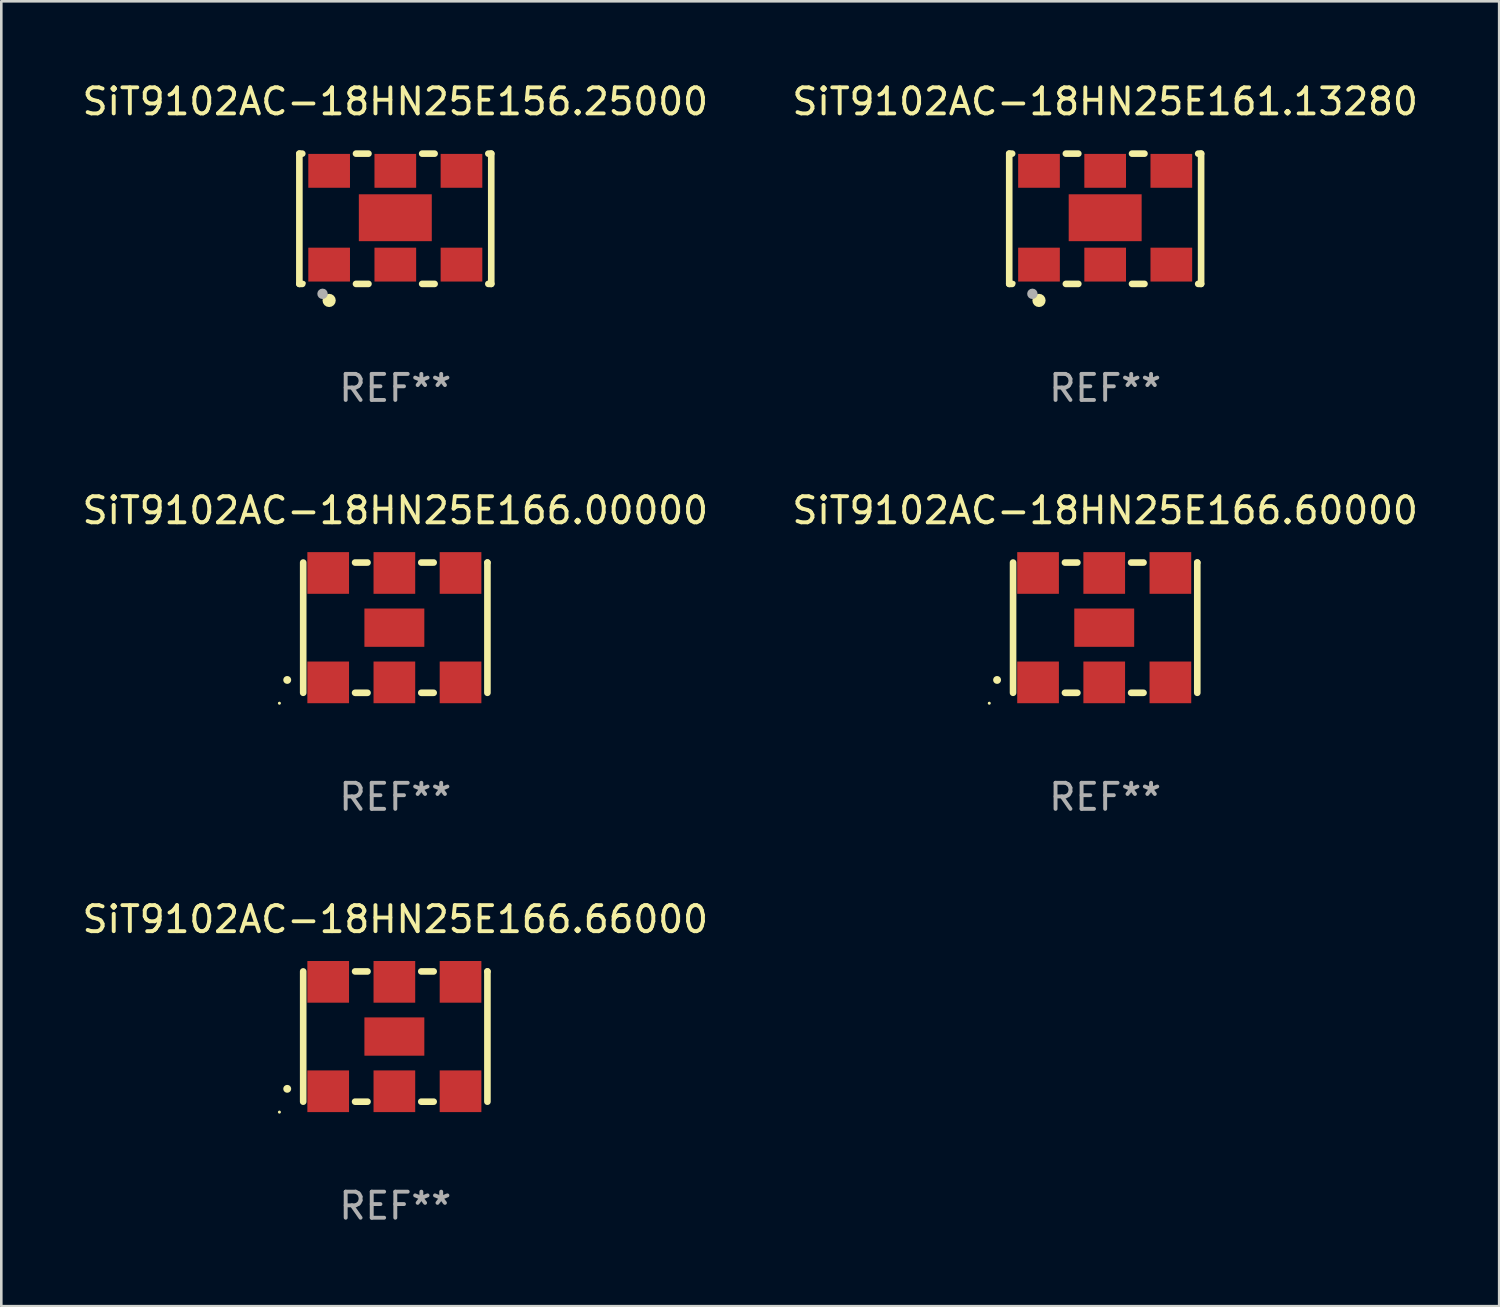
<source format=kicad_pcb>
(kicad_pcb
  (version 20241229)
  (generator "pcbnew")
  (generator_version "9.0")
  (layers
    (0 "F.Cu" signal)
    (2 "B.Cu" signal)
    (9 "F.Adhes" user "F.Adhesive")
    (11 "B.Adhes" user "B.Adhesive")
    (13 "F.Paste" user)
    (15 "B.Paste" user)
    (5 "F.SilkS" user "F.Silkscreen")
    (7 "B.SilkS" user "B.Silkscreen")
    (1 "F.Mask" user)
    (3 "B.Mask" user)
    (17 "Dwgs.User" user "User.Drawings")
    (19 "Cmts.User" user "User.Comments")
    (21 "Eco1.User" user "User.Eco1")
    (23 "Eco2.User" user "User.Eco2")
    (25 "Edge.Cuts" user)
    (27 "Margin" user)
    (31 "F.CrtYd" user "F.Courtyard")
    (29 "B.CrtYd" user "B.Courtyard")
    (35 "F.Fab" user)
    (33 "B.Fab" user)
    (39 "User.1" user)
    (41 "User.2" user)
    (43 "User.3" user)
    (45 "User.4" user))
  (footprint "SiT9102AC-18HN25E166.00000"
    (layer "F.Cu")
    (at 12.125 21.045)
    (property "Reference" "SiT9102AC-18HN25E166.00000" (at 0 -4.5 0) (layer "F.SilkS") (effects (font (size 1 1) (thickness 0.15))))
    (attr through_hole)
    (fp_line (start -3.536 -2.5) (end -3.536 2.5) (stroke (width 0.254) (type solid)) (layer "F.SilkS"))
    (fp_line (start -1.544 2.5) (end -1.067 2.5) (stroke (width 0.254) (type solid)) (layer "F.SilkS"))
    (fp_line (start -1.067 -2.5) (end -1.544 -2.5) (stroke (width 0.254) (type solid)) (layer "F.SilkS"))
    (fp_line (start 0.996 2.5) (end 1.473 2.5) (stroke (width 0.254) (type solid)) (layer "F.SilkS"))
    (fp_line (start 1.473 -2.5) (end 0.996 -2.5) (stroke (width 0.254) (type solid)) (layer "F.SilkS"))
    (fp_line (start 3.536 -2.5) (end 3.536 -2.5) (stroke (width 0.254) (type solid)) (layer "F.SilkS"))
    (fp_line (start 3.536 2.5) (end 3.536 -2.5) (stroke (width 0.254) (type solid)) (layer "F.SilkS"))
    (fp_arc (start -4.150432 2.006604) (mid -4.149162 2.006599) (end -4.147892 2.006604) (stroke (width 0.3) (type solid)) (layer "F.SilkS"))
    (fp_circle (center -4.449 2.9) (end -4.419 2.9) (stroke (width 0.06) (type solid)) (fill no) (layer "F.SilkS"))
    (fp_text user "REF**" (at 0 6.5 0) (layer "F.Fab") (effects (font (size 1 1) (thickness 0.15))))
    (pad "1" smd rect (at -2.576 2.1) (size 1.6 1.6) (layers "F.Cu" "F.Mask" "F.Paste"))
    (pad "2" smd rect (at -0.036 2.1) (size 1.6 1.6) (layers "F.Cu" "F.Mask" "F.Paste"))
    (pad "3" smd rect (at 2.504 2.1) (size 1.6 1.6) (layers "F.Cu" "F.Mask" "F.Paste"))
    (pad "4" smd rect (at 2.504 -2.1) (size 1.6 1.6) (layers "F.Cu" "F.Mask" "F.Paste"))
    (pad "5" smd rect (at -0.036 -2.1) (size 1.6 1.6) (layers "F.Cu" "F.Mask" "F.Paste"))
    (pad "6" smd rect (at -2.576 -2.1) (size 1.6 1.6) (layers "F.Cu" "F.Mask" "F.Paste"))
    (pad "7" smd rect (at -0.036 0) (size 2.3 1.47) (layers "F.Cu" "F.Mask" "F.Paste")))
  (footprint "SiT9102AC-18HN25E166.60000"
    (layer "F.Cu")
    (at 39.375 21.045)
    (property "Reference" "SiT9102AC-18HN25E166.60000" (at 0 -4.5 0) (layer "F.SilkS") (effects (font (size 1 1) (thickness 0.15))))
    (attr through_hole)
    (fp_line (start -3.536 -2.5) (end -3.536 2.5) (stroke (width 0.254) (type solid)) (layer "F.SilkS"))
    (fp_line (start -1.544 2.5) (end -1.067 2.5) (stroke (width 0.254) (type solid)) (layer "F.SilkS"))
    (fp_line (start -1.067 -2.5) (end -1.544 -2.5) (stroke (width 0.254) (type solid)) (layer "F.SilkS"))
    (fp_line (start 0.996 2.5) (end 1.473 2.5) (stroke (width 0.254) (type solid)) (layer "F.SilkS"))
    (fp_line (start 1.473 -2.5) (end 0.996 -2.5) (stroke (width 0.254) (type solid)) (layer "F.SilkS"))
    (fp_line (start 3.536 -2.5) (end 3.536 -2.5) (stroke (width 0.254) (type solid)) (layer "F.SilkS"))
    (fp_line (start 3.536 2.5) (end 3.536 -2.5) (stroke (width 0.254) (type solid)) (layer "F.SilkS"))
    (fp_arc (start -4.150432 2.006604) (mid -4.149162 2.006599) (end -4.147892 2.006604) (stroke (width 0.3) (type solid)) (layer "F.SilkS"))
    (fp_circle (center -4.449 2.9) (end -4.419 2.9) (stroke (width 0.06) (type solid)) (fill no) (layer "F.SilkS"))
    (fp_text user "REF**" (at 0 6.5 0) (layer "F.Fab") (effects (font (size 1 1) (thickness 0.15))))
    (pad "1" smd rect (at -2.576 2.1) (size 1.6 1.6) (layers "F.Cu" "F.Mask" "F.Paste"))
    (pad "2" smd rect (at -0.036 2.1) (size 1.6 1.6) (layers "F.Cu" "F.Mask" "F.Paste"))
    (pad "3" smd rect (at 2.504 2.1) (size 1.6 1.6) (layers "F.Cu" "F.Mask" "F.Paste"))
    (pad "4" smd rect (at 2.504 -2.1) (size 1.6 1.6) (layers "F.Cu" "F.Mask" "F.Paste"))
    (pad "5" smd rect (at -0.036 -2.1) (size 1.6 1.6) (layers "F.Cu" "F.Mask" "F.Paste"))
    (pad "6" smd rect (at -2.576 -2.1) (size 1.6 1.6) (layers "F.Cu" "F.Mask" "F.Paste"))
    (pad "7" smd rect (at -0.036 0) (size 2.3 1.47) (layers "F.Cu" "F.Mask" "F.Paste")))
  (footprint "SiT9102AC-18HN25E156.25000"
    (layer "F.Cu")
    (at 12.125 5.348)
    (property "Reference" "SiT9102AC-18HN25E156.25000" (at 0 -4.5 0) (layer "F.SilkS") (effects (font (size 1 1) (thickness 0.15))))
    (attr through_hole)
    (fp_line (start -3.683 -2.5) (end -3.571 -2.5) (stroke (width 0.254) (type solid)) (layer "F.SilkS"))
    (fp_line (start -3.683 2.5) (end -3.683 -2.5) (stroke (width 0.254) (type solid)) (layer "F.SilkS"))
    (fp_line (start -3.683 2.5) (end -3.571 2.5) (stroke (width 0.254) (type solid)) (layer "F.SilkS"))
    (fp_line (start -1.509 -2.5) (end -1.031 -2.5) (stroke (width 0.254) (type solid)) (layer "F.SilkS"))
    (fp_line (start -1.509 2.5) (end -1.031 2.5) (stroke (width 0.254) (type solid)) (layer "F.SilkS"))
    (fp_line (start 1.031 -2.5) (end 1.509 -2.5) (stroke (width 0.254) (type solid)) (layer "F.SilkS"))
    (fp_line (start 1.031 2.5) (end 1.509 2.5) (stroke (width 0.254) (type solid)) (layer "F.SilkS"))
    (fp_line (start 3.571 -2.5) (end 3.683 -2.5) (stroke (width 0.254) (type solid)) (layer "F.SilkS"))
    (fp_line (start 3.571 2.5) (end 3.683 2.5) (stroke (width 0.254) (type solid)) (layer "F.SilkS"))
    (fp_line (start 3.683 2.5) (end 3.683 -2.5) (stroke (width 0.254) (type solid)) (layer "F.SilkS"))
    (fp_circle (center -3.5 2.46) (end -3.47 2.46) (stroke (width 0.06) (type solid)) (fill no) (layer "F.SilkS"))
    (fp_circle (center -2.54 3.135) (end -2.413 3.135) (stroke (width 0.254) (type solid)) (fill no) (layer "F.SilkS"))
    (fp_circle (center -2.794 2.881) (end -2.694 2.881) (stroke (width 0.2) (type solid)) (fill no) (layer "F.Fab"))
    (fp_text user "REF**" (at 0 6.5 0) (layer "F.Fab") (effects (font (size 1 1) (thickness 0.15))))
    (pad "1" smd rect (at -2.54 1.76) (size 1.6 1.3) (layers "F.Cu" "F.Mask" "F.Paste"))
    (pad "2" smd rect (at 0 1.76) (size 1.6 1.3) (layers "F.Cu" "F.Mask" "F.Paste"))
    (pad "3" smd rect (at 2.54 1.76) (size 1.6 1.3) (layers "F.Cu" "F.Mask" "F.Paste"))
    (pad "4" smd rect (at 2.54 -1.84) (size 1.6 1.3) (layers "F.Cu" "F.Mask" "F.Paste"))
    (pad "5" smd rect (at 0 -1.84) (size 1.6 1.3) (layers "F.Cu" "F.Mask" "F.Paste"))
    (pad "6" smd rect (at -2.54 -1.84) (size 1.6 1.3) (layers "F.Cu" "F.Mask" "F.Paste"))
    (pad "7" smd rect (at 0 -0.04) (size 2.8 1.8) (layers "F.Cu" "F.Mask" "F.Paste")))
  (footprint "SiT9102AC-18HN25E161.13280"
    (layer "F.Cu")
    (at 39.375 5.348)
    (property "Reference" "SiT9102AC-18HN25E161.13280" (at 0 -4.5 0) (layer "F.SilkS") (effects (font (size 1 1) (thickness 0.15))))
    (attr through_hole)
    (fp_line (start -3.683 -2.5) (end -3.571 -2.5) (stroke (width 0.254) (type solid)) (layer "F.SilkS"))
    (fp_line (start -3.683 2.5) (end -3.683 -2.5) (stroke (width 0.254) (type solid)) (layer "F.SilkS"))
    (fp_line (start -3.683 2.5) (end -3.571 2.5) (stroke (width 0.254) (type solid)) (layer "F.SilkS"))
    (fp_line (start -1.509 -2.5) (end -1.031 -2.5) (stroke (width 0.254) (type solid)) (layer "F.SilkS"))
    (fp_line (start -1.509 2.5) (end -1.031 2.5) (stroke (width 0.254) (type solid)) (layer "F.SilkS"))
    (fp_line (start 1.031 -2.5) (end 1.509 -2.5) (stroke (width 0.254) (type solid)) (layer "F.SilkS"))
    (fp_line (start 1.031 2.5) (end 1.509 2.5) (stroke (width 0.254) (type solid)) (layer "F.SilkS"))
    (fp_line (start 3.571 -2.5) (end 3.683 -2.5) (stroke (width 0.254) (type solid)) (layer "F.SilkS"))
    (fp_line (start 3.571 2.5) (end 3.683 2.5) (stroke (width 0.254) (type solid)) (layer "F.SilkS"))
    (fp_line (start 3.683 2.5) (end 3.683 -2.5) (stroke (width 0.254) (type solid)) (layer "F.SilkS"))
    (fp_circle (center -3.5 2.46) (end -3.47 2.46) (stroke (width 0.06) (type solid)) (fill no) (layer "F.SilkS"))
    (fp_circle (center -2.54 3.135) (end -2.413 3.135) (stroke (width 0.254) (type solid)) (fill no) (layer "F.SilkS"))
    (fp_circle (center -2.794 2.881) (end -2.694 2.881) (stroke (width 0.2) (type solid)) (fill no) (layer "F.Fab"))
    (fp_text user "REF**" (at 0 6.5 0) (layer "F.Fab") (effects (font (size 1 1) (thickness 0.15))))
    (pad "1" smd rect (at -2.54 1.76) (size 1.6 1.3) (layers "F.Cu" "F.Mask" "F.Paste"))
    (pad "2" smd rect (at 0 1.76) (size 1.6 1.3) (layers "F.Cu" "F.Mask" "F.Paste"))
    (pad "3" smd rect (at 2.54 1.76) (size 1.6 1.3) (layers "F.Cu" "F.Mask" "F.Paste"))
    (pad "4" smd rect (at 2.54 -1.84) (size 1.6 1.3) (layers "F.Cu" "F.Mask" "F.Paste"))
    (pad "5" smd rect (at 0 -1.84) (size 1.6 1.3) (layers "F.Cu" "F.Mask" "F.Paste"))
    (pad "6" smd rect (at -2.54 -1.84) (size 1.6 1.3) (layers "F.Cu" "F.Mask" "F.Paste"))
    (pad "7" smd rect (at 0 -0.04) (size 2.8 1.8) (layers "F.Cu" "F.Mask" "F.Paste")))
  (footprint "SiT9102AC-18HN25E166.66000"
    (layer "F.Cu")
    (at 12.125 36.741)
    (property "Reference" "SiT9102AC-18HN25E166.66000" (at 0 -4.5 0) (layer "F.SilkS") (effects (font (size 1 1) (thickness 0.15))))
    (attr through_hole)
    (fp_line (start -3.536 -2.5) (end -3.536 2.5) (stroke (width 0.254) (type solid)) (layer "F.SilkS"))
    (fp_line (start -1.544 2.5) (end -1.067 2.5) (stroke (width 0.254) (type solid)) (layer "F.SilkS"))
    (fp_line (start -1.067 -2.5) (end -1.544 -2.5) (stroke (width 0.254) (type solid)) (layer "F.SilkS"))
    (fp_line (start 0.996 2.5) (end 1.473 2.5) (stroke (width 0.254) (type solid)) (layer "F.SilkS"))
    (fp_line (start 1.473 -2.5) (end 0.996 -2.5) (stroke (width 0.254) (type solid)) (layer "F.SilkS"))
    (fp_line (start 3.536 -2.5) (end 3.536 -2.5) (stroke (width 0.254) (type solid)) (layer "F.SilkS"))
    (fp_line (start 3.536 2.5) (end 3.536 -2.5) (stroke (width 0.254) (type solid)) (layer "F.SilkS"))
    (fp_arc (start -4.150432 2.006604) (mid -4.149162 2.006599) (end -4.147892 2.006604) (stroke (width 0.3) (type solid)) (layer "F.SilkS"))
    (fp_circle (center -4.449 2.9) (end -4.419 2.9) (stroke (width 0.06) (type solid)) (fill no) (layer "F.SilkS"))
    (fp_text user "REF**" (at 0 6.5 0) (layer "F.Fab") (effects (font (size 1 1) (thickness 0.15))))
    (pad "1" smd rect (at -2.576 2.1) (size 1.6 1.6) (layers "F.Cu" "F.Mask" "F.Paste"))
    (pad "2" smd rect (at -0.036 2.1) (size 1.6 1.6) (layers "F.Cu" "F.Mask" "F.Paste"))
    (pad "3" smd rect (at 2.504 2.1) (size 1.6 1.6) (layers "F.Cu" "F.Mask" "F.Paste"))
    (pad "4" smd rect (at 2.504 -2.1) (size 1.6 1.6) (layers "F.Cu" "F.Mask" "F.Paste"))
    (pad "5" smd rect (at -0.036 -2.1) (size 1.6 1.6) (layers "F.Cu" "F.Mask" "F.Paste"))
    (pad "6" smd rect (at -2.576 -2.1) (size 1.6 1.6) (layers "F.Cu" "F.Mask" "F.Paste"))
    (pad "7" smd rect (at -0.036 0) (size 2.3 1.47) (layers "F.Cu" "F.Mask" "F.Paste")))
  (gr_rect
    (start -3 -3)
    (end 54.5 47.09)
    (stroke (width 0.1) (type default))
    (fill no)
    (layer "Edge.Cuts")))
</source>
